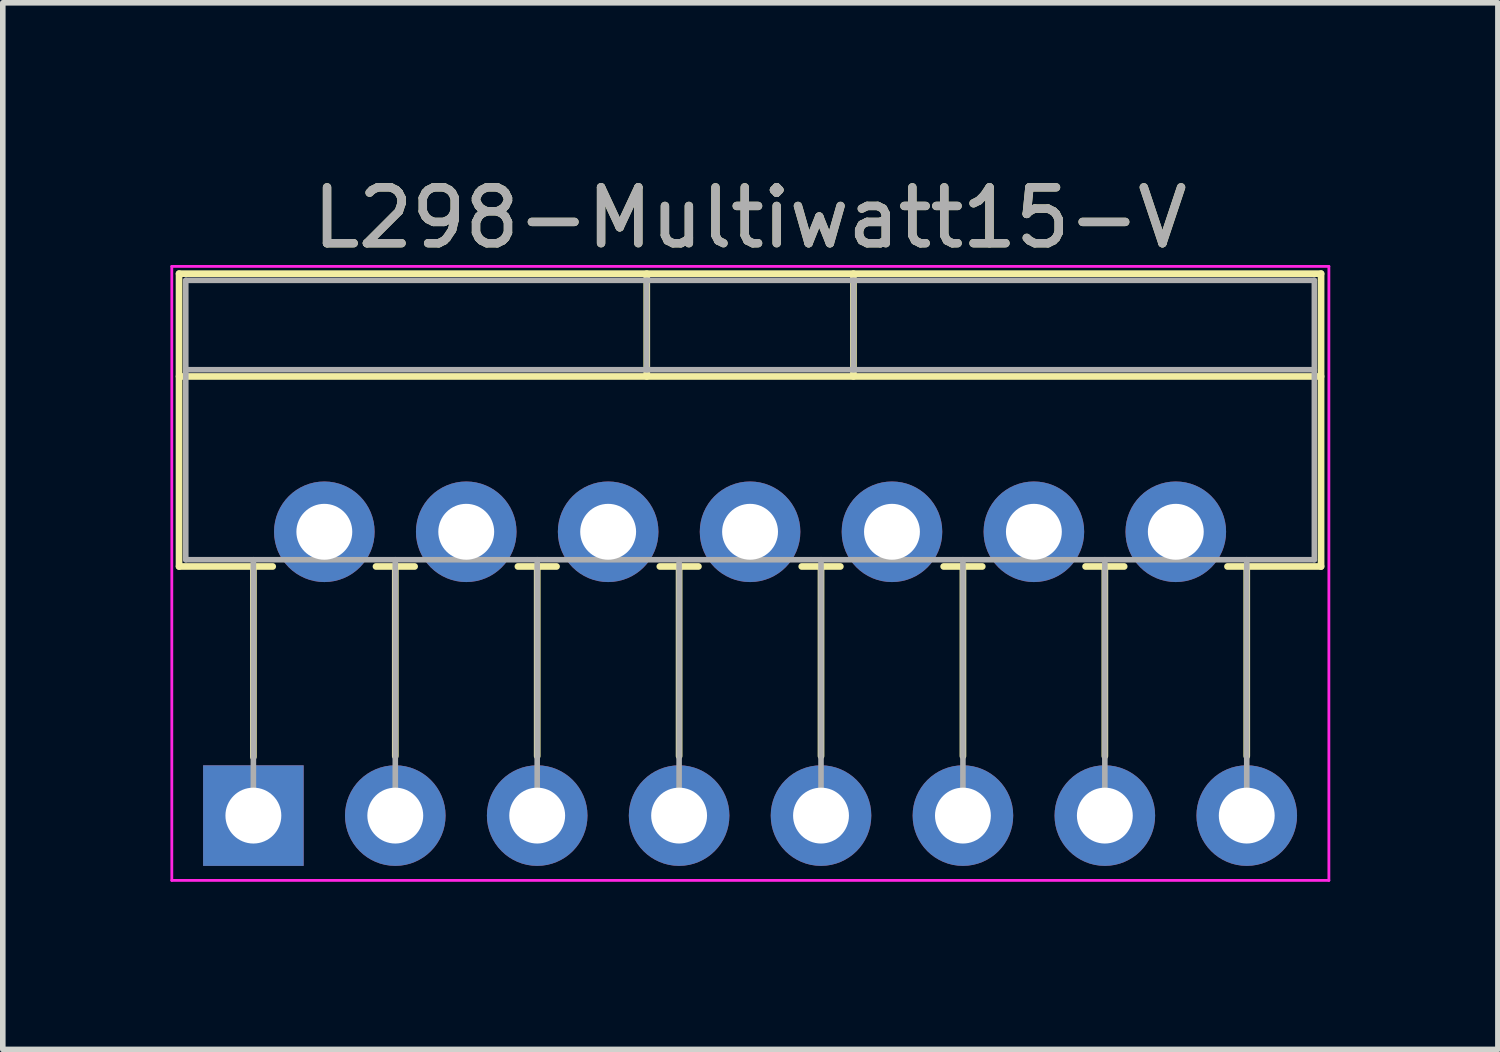
<source format=kicad_pcb>
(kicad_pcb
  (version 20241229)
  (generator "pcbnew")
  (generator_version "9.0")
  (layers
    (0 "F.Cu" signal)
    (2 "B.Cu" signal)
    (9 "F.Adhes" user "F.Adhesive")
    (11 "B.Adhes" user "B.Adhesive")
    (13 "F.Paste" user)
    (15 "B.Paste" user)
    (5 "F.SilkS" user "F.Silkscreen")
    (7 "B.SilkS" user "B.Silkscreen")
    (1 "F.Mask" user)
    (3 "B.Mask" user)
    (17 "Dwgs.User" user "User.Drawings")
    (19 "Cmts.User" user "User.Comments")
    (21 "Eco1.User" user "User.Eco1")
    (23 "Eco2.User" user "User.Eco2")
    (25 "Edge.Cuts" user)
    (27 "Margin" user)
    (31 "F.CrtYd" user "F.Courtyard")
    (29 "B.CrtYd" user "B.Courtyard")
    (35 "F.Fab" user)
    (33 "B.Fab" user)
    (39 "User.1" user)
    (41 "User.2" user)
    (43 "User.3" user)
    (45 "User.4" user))
  (footprint "L298-Multiwatt15-V"
    (layer "F.Cu")
    (at 1.485 11.548)
    (property "Reference" "L298-Multiwatt15-V" (at 8.89 -10.7 0) (layer "F.SilkS") (effects (font (size 1 1) (thickness 0.15))))
    (attr through_hole)
    (fp_line (start -1.33 -9.7) (end -1.33 -4.459) (stroke (width 0.12) (type solid)) (layer "F.SilkS"))
    (fp_line (start -1.33 -9.7) (end 19.11 -9.7) (stroke (width 0.12) (type solid)) (layer "F.SilkS"))
    (fp_line (start -1.33 -7.86) (end 19.11 -7.86) (stroke (width 0.12) (type solid)) (layer "F.SilkS"))
    (fp_line (start -1.33 -4.459) (end 0.346 -4.459) (stroke (width 0.12) (type solid)) (layer "F.SilkS"))
    (fp_line (start 0 -4.459) (end 0 -1.05) (stroke (width 0.12) (type solid)) (layer "F.SilkS"))
    (fp_line (start 2.195 -4.459) (end 2.886 -4.459) (stroke (width 0.12) (type solid)) (layer "F.SilkS"))
    (fp_line (start 2.54 -4.459) (end 2.54 -1.065) (stroke (width 0.12) (type solid)) (layer "F.SilkS"))
    (fp_line (start 4.735 -4.459) (end 5.426 -4.459) (stroke (width 0.12) (type solid)) (layer "F.SilkS"))
    (fp_line (start 5.08 -4.459) (end 5.08 -1.065) (stroke (width 0.12) (type solid)) (layer "F.SilkS"))
    (fp_line (start 7.041 -9.7) (end 7.041 -7.86) (stroke (width 0.12) (type solid)) (layer "F.SilkS"))
    (fp_line (start 7.275 -4.459) (end 7.966 -4.459) (stroke (width 0.12) (type solid)) (layer "F.SilkS"))
    (fp_line (start 7.62 -4.459) (end 7.62 -1.065) (stroke (width 0.12) (type solid)) (layer "F.SilkS"))
    (fp_line (start 9.815 -4.459) (end 10.506 -4.459) (stroke (width 0.12) (type solid)) (layer "F.SilkS"))
    (fp_line (start 10.16 -4.459) (end 10.16 -1.065) (stroke (width 0.12) (type solid)) (layer "F.SilkS"))
    (fp_line (start 10.74 -9.7) (end 10.74 -7.86) (stroke (width 0.12) (type solid)) (layer "F.SilkS"))
    (fp_line (start 12.355 -4.459) (end 13.046 -4.459) (stroke (width 0.12) (type solid)) (layer "F.SilkS"))
    (fp_line (start 12.7 -4.459) (end 12.7 -1.065) (stroke (width 0.12) (type solid)) (layer "F.SilkS"))
    (fp_line (start 14.895 -4.459) (end 15.586 -4.459) (stroke (width 0.12) (type solid)) (layer "F.SilkS"))
    (fp_line (start 15.24 -4.459) (end 15.24 -1.065) (stroke (width 0.12) (type solid)) (layer "F.SilkS"))
    (fp_line (start 17.435 -4.459) (end 19.11 -4.459) (stroke (width 0.12) (type solid)) (layer "F.SilkS"))
    (fp_line (start 17.78 -4.459) (end 17.78 -1.065) (stroke (width 0.12) (type solid)) (layer "F.SilkS"))
    (fp_line (start 19.11 -9.7) (end 19.11 -4.459) (stroke (width 0.12) (type solid)) (layer "F.SilkS"))
    (fp_line (start -1.46 -9.83) (end -1.46 1.16) (stroke (width 0.05) (type solid)) (layer "F.CrtYd"))
    (fp_line (start -1.46 1.16) (end 19.25 1.16) (stroke (width 0.05) (type solid)) (layer "F.CrtYd"))
    (fp_line (start 19.25 -9.83) (end -1.46 -9.83) (stroke (width 0.05) (type solid)) (layer "F.CrtYd"))
    (fp_line (start 19.25 1.16) (end 19.25 -9.83) (stroke (width 0.05) (type solid)) (layer "F.CrtYd"))
    (fp_line (start -1.21 -9.58) (end -1.21 -4.58) (stroke (width 0.1) (type solid)) (layer "F.Fab"))
    (fp_line (start -1.21 -7.98) (end 18.99 -7.98) (stroke (width 0.1) (type solid)) (layer "F.Fab"))
    (fp_line (start -1.21 -4.58) (end 18.99 -4.58) (stroke (width 0.1) (type solid)) (layer "F.Fab"))
    (fp_line (start 0 -4.58) (end 0 0) (stroke (width 0.1) (type solid)) (layer "F.Fab"))
    (fp_line (start 2.54 -4.58) (end 2.54 0) (stroke (width 0.1) (type solid)) (layer "F.Fab"))
    (fp_line (start 5.08 -4.58) (end 5.08 0) (stroke (width 0.1) (type solid)) (layer "F.Fab"))
    (fp_line (start 7.04 -9.58) (end 7.04 -7.98) (stroke (width 0.1) (type solid)) (layer "F.Fab"))
    (fp_line (start 7.62 -4.58) (end 7.62 0) (stroke (width 0.1) (type solid)) (layer "F.Fab"))
    (fp_line (start 10.16 -4.58) (end 10.16 0) (stroke (width 0.1) (type solid)) (layer "F.Fab"))
    (fp_line (start 10.74 -9.58) (end 10.74 -7.98) (stroke (width 0.1) (type solid)) (layer "F.Fab"))
    (fp_line (start 12.7 -4.58) (end 12.7 0) (stroke (width 0.1) (type solid)) (layer "F.Fab"))
    (fp_line (start 15.24 -4.58) (end 15.24 0) (stroke (width 0.1) (type solid)) (layer "F.Fab"))
    (fp_line (start 17.78 -4.58) (end 17.78 0) (stroke (width 0.1) (type solid)) (layer "F.Fab"))
    (fp_line (start 18.99 -9.58) (end -1.21 -9.58) (stroke (width 0.1) (type solid)) (layer "F.Fab"))
    (fp_line (start 18.99 -4.58) (end 18.99 -9.58) (stroke (width 0.1) (type solid)) (layer "F.Fab"))
    (fp_text user "${REFERENCE}" (at 8.89 -10.7 0) (layer "F.Fab") (effects (font (size 1 1) (thickness 0.15))))
    (pad "1" thru_hole rect (at 0 0) (size 1.8 1.8) (drill 1) (layers "*.Cu" "*.Mask"))
    (pad "2" thru_hole oval (at 1.27 -5.08) (size 1.8 1.8) (drill 1) (layers "*.Cu" "*.Mask"))
    (pad "3" thru_hole oval (at 2.54 0) (size 1.8 1.8) (drill 1) (layers "*.Cu" "*.Mask"))
    (pad "4" thru_hole oval (at 3.81 -5.08) (size 1.8 1.8) (drill 1) (layers "*.Cu" "*.Mask"))
    (pad "5" thru_hole oval (at 5.08 0) (size 1.8 1.8) (drill 1) (layers "*.Cu" "*.Mask"))
    (pad "6" thru_hole oval (at 6.35 -5.08) (size 1.8 1.8) (drill 1) (layers "*.Cu" "*.Mask"))
    (pad "7" thru_hole oval (at 7.62 0) (size 1.8 1.8) (drill 1) (layers "*.Cu" "*.Mask"))
    (pad "8" thru_hole oval (at 8.89 -5.08) (size 1.8 1.8) (drill 1) (layers "*.Cu" "*.Mask"))
    (pad "9" thru_hole oval (at 10.16 0) (size 1.8 1.8) (drill 1) (layers "*.Cu" "*.Mask"))
    (pad "10" thru_hole oval (at 11.43 -5.08) (size 1.8 1.8) (drill 1) (layers "*.Cu" "*.Mask"))
    (pad "11" thru_hole oval (at 12.7 0) (size 1.8 1.8) (drill 1) (layers "*.Cu" "*.Mask"))
    (pad "12" thru_hole oval (at 13.97 -5.08) (size 1.8 1.8) (drill 1) (layers "*.Cu" "*.Mask"))
    (pad "13" thru_hole oval (at 15.24 0) (size 1.8 1.8) (drill 1) (layers "*.Cu" "*.Mask"))
    (pad "14" thru_hole oval (at 16.51 -5.08) (size 1.8 1.8) (drill 1) (layers "*.Cu" "*.Mask"))
    (pad "15" thru_hole oval (at 17.78 0) (size 1.8 1.8) (drill 1) (layers "*.Cu" "*.Mask")))
  (gr_rect
    (start -3 -3)
    (end 23.76 15.733)
    (stroke (width 0.1) (type default))
    (fill no)
    (layer "Edge.Cuts")))
</source>
